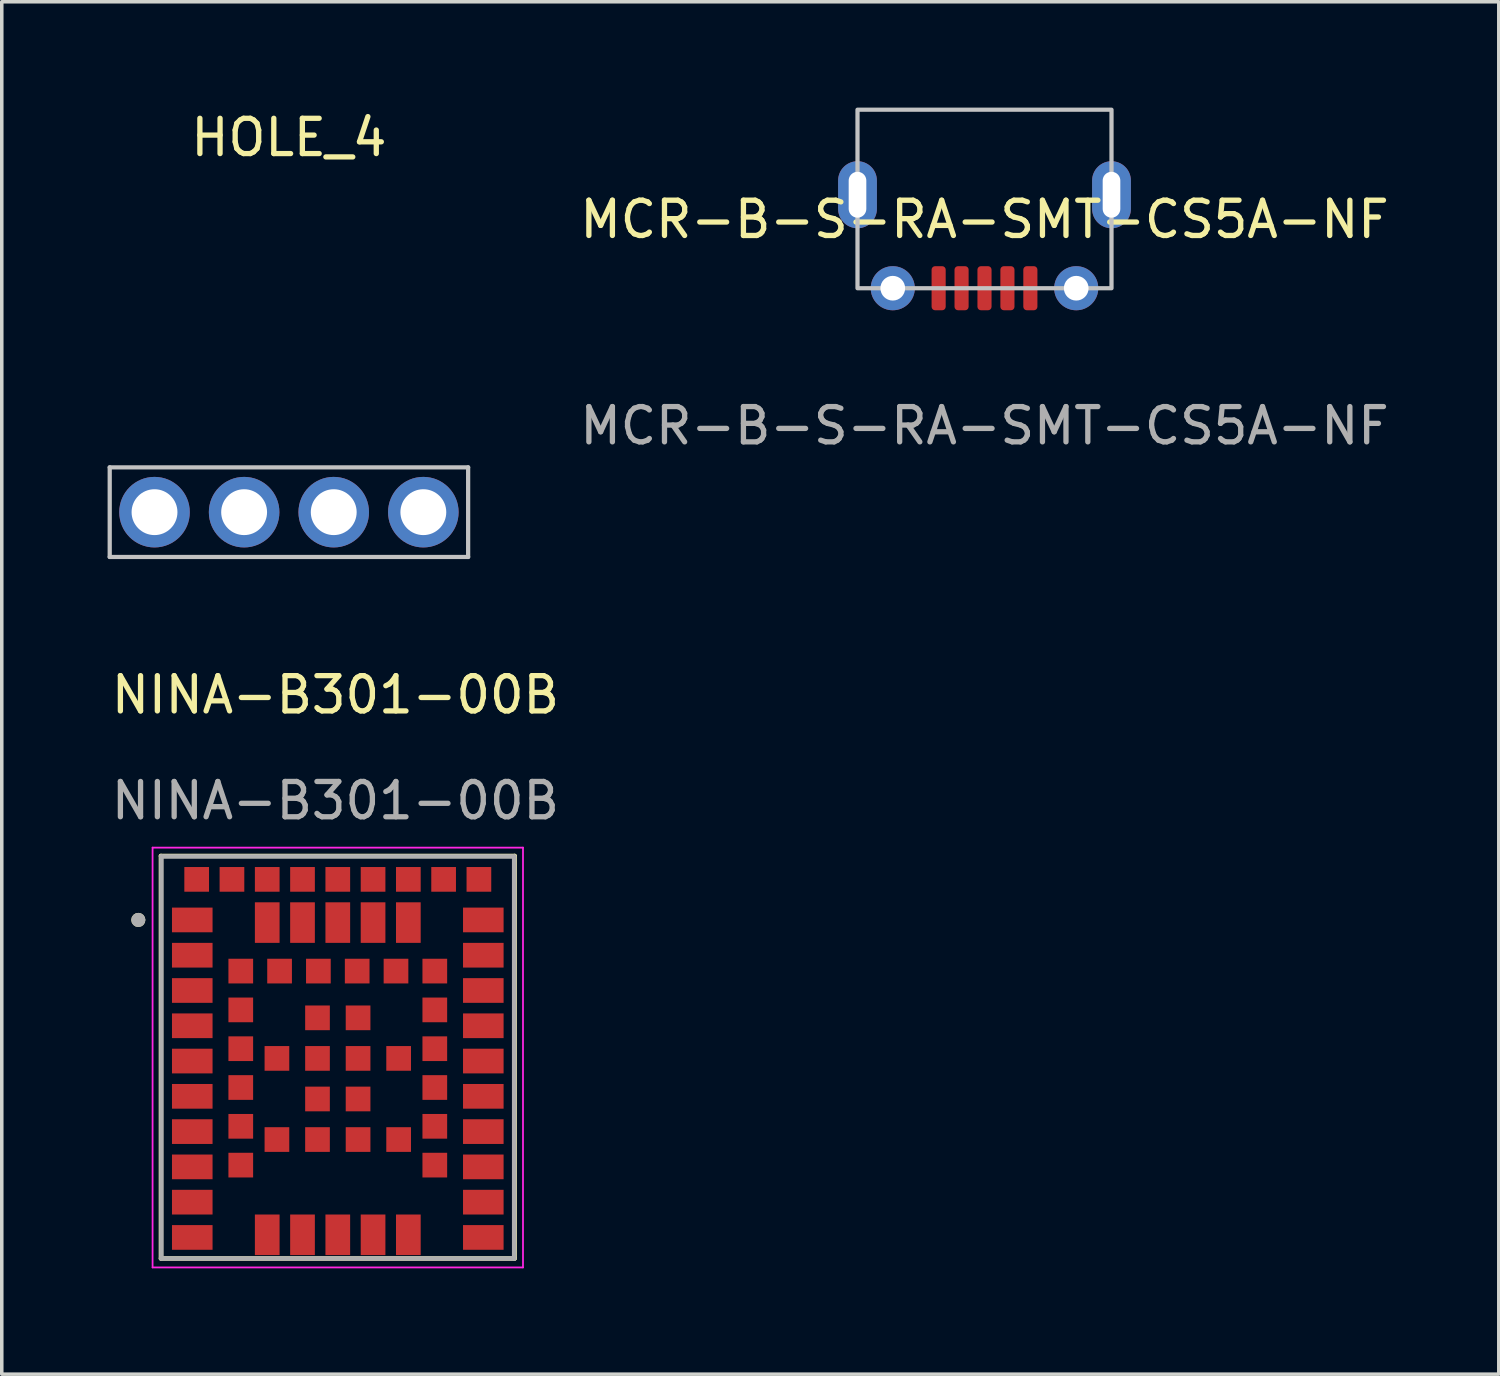
<source format=kicad_pcb>
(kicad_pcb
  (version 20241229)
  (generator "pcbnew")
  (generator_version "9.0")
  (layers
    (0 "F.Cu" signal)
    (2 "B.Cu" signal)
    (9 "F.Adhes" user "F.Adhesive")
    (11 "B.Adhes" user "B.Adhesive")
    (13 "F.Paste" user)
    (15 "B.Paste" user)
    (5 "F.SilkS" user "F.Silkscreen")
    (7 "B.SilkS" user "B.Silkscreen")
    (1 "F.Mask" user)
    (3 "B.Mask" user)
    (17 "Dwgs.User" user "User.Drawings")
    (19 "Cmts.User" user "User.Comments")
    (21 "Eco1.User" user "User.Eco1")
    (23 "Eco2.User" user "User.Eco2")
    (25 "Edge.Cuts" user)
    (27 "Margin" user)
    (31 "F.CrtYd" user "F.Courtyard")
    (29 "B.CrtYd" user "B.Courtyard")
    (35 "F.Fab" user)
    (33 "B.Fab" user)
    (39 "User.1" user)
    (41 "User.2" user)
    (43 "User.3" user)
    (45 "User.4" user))
  (footprint "HOLE_4"
    (layer "F.Cu")
    (at 5.14 11.468)
    (property "Reference" "HOLE_4" (at 0 -10.62 0) (unlocked yes) (layer "F.SilkS") (effects (font (size 1 1) (thickness 0.15))))
    (attr smd)
    (fp_line (start -5.08 -1.27) (end 5.08 -1.27) (stroke (width 0.12) (type default)) (layer "Dwgs.User"))
    (fp_line (start -5.08 1.27) (end -5.08 -1.27) (stroke (width 0.12) (type default)) (layer "Dwgs.User"))
    (fp_line (start 5.08 -1.27) (end 5.08 1.27) (stroke (width 0.12) (type default)) (layer "Dwgs.User"))
    (fp_line (start 5.08 1.27) (end -5.08 1.27) (stroke (width 0.12) (type default)) (layer "Dwgs.User"))
    (pad "1" thru_hole circle (at -3.81 0) (size 2 2) (drill 1.3) (layers "*.Cu" "*.Mask"))
    (pad "1" thru_hole circle (at -1.27 0) (size 2 2) (drill 1.3) (layers "*.Cu" "*.Mask"))
    (pad "1" thru_hole circle (at 1.27 0) (size 2 2) (drill 1.3) (layers "*.Cu" "*.Mask"))
    (pad "1" thru_hole circle (at 3.81 0) (size 2 2) (drill 1.3) (layers "*.Cu" "*.Mask")))
  (footprint "MCR-B-S-RA-SMT-CS5A-NF"
    (layer "F.Cu")
    (at 24.857 5.12)
    (property "Reference" "MCR-B-S-RA-SMT-CS5A-NF" (at 0 -1.95 0) (unlocked yes) (layer "F.SilkS") (effects (font (size 1 1) (thickness 0.15))))
    (attr smd)
    (fp_rect (start -3.6 -5.06) (end 3.6 0) (stroke (width 0.12) (type default)) (fill no) (layer "Dwgs.User"))
    (fp_text user "${REFERENCE}" (at 0 3.9 0) (unlocked yes) (layer "F.Fab") (effects (font (size 1 1) (thickness 0.15))))
    (pad "1" smd roundrect (at 1.3 0) (size 0.4 1.25) (layers "F.Cu" "F.Mask" "F.Paste") (roundrect_rratio 0.25))
    (pad "2" smd roundrect (at 0.65 0) (size 0.4 1.25) (layers "F.Cu" "F.Mask" "F.Paste") (roundrect_rratio 0.25))
    (pad "3" smd roundrect (at 0 0) (size 0.4 1.25) (layers "F.Cu" "F.Mask" "F.Paste") (roundrect_rratio 0.25))
    (pad "4" smd roundrect (at -0.65 0) (size 0.4 1.25) (layers "F.Cu" "F.Mask" "F.Paste") (roundrect_rratio 0.25))
    (pad "5" smd roundrect (at -1.3 0) (size 0.4 1.25) (layers "F.Cu" "F.Mask" "F.Paste") (roundrect_rratio 0.25))
    (pad "6" thru_hole oval (at -3.6 -2.65) (size 1.1 1.9) (drill oval 0.5 1.3) (layers "*.Cu" "*.Mask"))
    (pad "6" thru_hole circle (at -2.6 0) (size 1.25 1.25) (drill 0.7) (layers "*.Cu" "*.Mask"))
    (pad "6" thru_hole circle (at 2.6 0) (size 1.25 1.25) (drill 0.7) (layers "*.Cu" "*.Mask"))
    (pad "6" thru_hole oval (at 3.6 -2.65) (size 1.1 1.9) (drill oval 0.5 1.3) (layers "*.Cu" "*.Mask")))
  (footprint "NINA-B301-00B"
    (layer "F.Cu")
    (at 6.525 27.528)
    (property "Reference" "NINA-B301-00B" (at -0.067 -10.881 0) (unlocked yes) (layer "F.SilkS") (effects (font (size 1 1) (thickness 0.15))))
    (attr smd)
    (fp_line (start -5.013 -6.314) (end 5.013 -6.314) (stroke (width 0.127) (type solid)) (layer "F.SilkS"))
    (fp_line (start -5.013 5.095) (end -5.013 -6.314) (stroke (width 0.127) (type solid)) (layer "F.SilkS"))
    (fp_line (start 5.013 -6.314) (end 5.013 5.095) (stroke (width 0.127) (type solid)) (layer "F.SilkS"))
    (fp_line (start 5.013 5.095) (end -5.013 5.095) (stroke (width 0.127) (type solid)) (layer "F.SilkS"))
    (fp_circle (center -5.654 -4.501) (end -5.554 -4.501) (stroke (width 0.2) (type solid)) (fill no) (layer "F.SilkS"))
    (fp_line (start -5.25 -6.551) (end 5.25 -6.551) (stroke (width 0.05) (type solid)) (layer "F.CrtYd"))
    (fp_line (start -5.25 5.349) (end -5.25 -6.551) (stroke (width 0.05) (type solid)) (layer "F.CrtYd"))
    (fp_line (start 5.25 -6.551) (end 5.25 5.349) (stroke (width 0.05) (type solid)) (layer "F.CrtYd"))
    (fp_line (start 5.25 5.349) (end -5.25 5.349) (stroke (width 0.05) (type solid)) (layer "F.CrtYd"))
    (fp_line (start -5 -6.301) (end 5 -6.301) (stroke (width 0.127) (type solid)) (layer "F.Fab"))
    (fp_line (start -5 5.095) (end -5 -6.301) (stroke (width 0.127) (type solid)) (layer "F.Fab"))
    (fp_line (start 5 -6.301) (end 5 5.095) (stroke (width 0.127) (type solid)) (layer "F.Fab"))
    (fp_line (start 5 5.095) (end -5 5.095) (stroke (width 0.127) (type solid)) (layer "F.Fab"))
    (fp_circle (center -5.654 -4.501) (end -5.554 -4.501) (stroke (width 0.2) (type solid)) (fill no) (layer "F.Fab"))
    (fp_text user "${REFERENCE}" (at -0.067 -7.881 0) (unlocked yes) (layer "F.Fab") (effects (font (size 1 1) (thickness 0.15))))
    (pad "1" smd rect (at -4.125 -4.501) (size 1.15 0.7) (layers "F.Cu" "F.Mask" "F.Paste"))
    (pad "2" smd rect (at -4.125 -3.501) (size 1.15 0.7) (layers "F.Cu" "F.Mask" "F.Paste"))
    (pad "3" smd rect (at -4.125 -2.501) (size 1.15 0.7) (layers "F.Cu" "F.Mask" "F.Paste"))
    (pad "4" smd rect (at -4.125 -1.501) (size 1.15 0.7) (layers "F.Cu" "F.Mask" "F.Paste"))
    (pad "5" smd rect (at -4.125 -0.501) (size 1.15 0.7) (layers "F.Cu" "F.Mask" "F.Paste"))
    (pad "6" smd rect (at -4.125 0.499) (size 1.15 0.7) (layers "F.Cu" "F.Mask" "F.Paste"))
    (pad "7" smd rect (at -4.125 1.499) (size 1.15 0.7) (layers "F.Cu" "F.Mask" "F.Paste"))
    (pad "8" smd rect (at -4.125 2.499) (size 1.15 0.7) (layers "F.Cu" "F.Mask" "F.Paste"))
    (pad "9" smd rect (at -4.125 3.499) (size 1.15 0.7) (layers "F.Cu" "F.Mask" "F.Paste"))
    (pad "10" smd rect (at -4.125 4.499) (size 1.15 0.7) (layers "F.Cu" "F.Mask" "F.Paste"))
    (pad "11" smd rect (at -2 4.424 90) (size 1.15 0.7) (layers "F.Cu" "F.Mask" "F.Paste"))
    (pad "12" smd rect (at -1 4.424 90) (size 1.15 0.7) (layers "F.Cu" "F.Mask" "F.Paste"))
    (pad "13" smd rect (at 0 4.424 90) (size 1.15 0.7) (layers "F.Cu" "F.Mask" "F.Paste"))
    (pad "14" smd rect (at 1 4.424 90) (size 1.15 0.7) (layers "F.Cu" "F.Mask" "F.Paste"))
    (pad "15" smd rect (at 2 4.424 90) (size 1.15 0.7) (layers "F.Cu" "F.Mask" "F.Paste"))
    (pad "16" smd rect (at 4.125 4.499) (size 1.15 0.7) (layers "F.Cu" "F.Mask" "F.Paste"))
    (pad "17" smd rect (at 4.125 3.499) (size 1.15 0.7) (layers "F.Cu" "F.Mask" "F.Paste"))
    (pad "18" smd rect (at 4.125 2.499) (size 1.15 0.7) (layers "F.Cu" "F.Mask" "F.Paste"))
    (pad "19" smd rect (at 4.125 1.499) (size 1.15 0.7) (layers "F.Cu" "F.Mask" "F.Paste"))
    (pad "20" smd rect (at 4.125 0.499) (size 1.15 0.7) (layers "F.Cu" "F.Mask" "F.Paste"))
    (pad "21" smd rect (at 4.125 -0.501) (size 1.15 0.7) (layers "F.Cu" "F.Mask" "F.Paste"))
    (pad "22" smd rect (at 4.125 -1.501) (size 1.15 0.7) (layers "F.Cu" "F.Mask" "F.Paste"))
    (pad "23" smd rect (at 4.125 -2.501) (size 1.15 0.7) (layers "F.Cu" "F.Mask" "F.Paste"))
    (pad "24" smd rect (at 4.125 -3.501) (size 1.15 0.7) (layers "F.Cu" "F.Mask" "F.Paste"))
    (pad "25" smd rect (at 4.125 -4.501) (size 1.15 0.7) (layers "F.Cu" "F.Mask" "F.Paste"))
    (pad "26" smd rect (at 2 -4.426) (size 0.7 1.15) (layers "F.Cu" "F.Mask" "F.Paste"))
    (pad "27" smd rect (at 1 -4.426) (size 0.7 1.15) (layers "F.Cu" "F.Mask" "F.Paste"))
    (pad "28" smd rect (at 0 -4.426) (size 0.7 1.15) (layers "F.Cu" "F.Mask" "F.Paste"))
    (pad "29" smd rect (at -1 -4.426) (size 0.7 1.15) (layers "F.Cu" "F.Mask" "F.Paste"))
    (pad "30" smd rect (at -2 -4.426) (size 0.7 1.15) (layers "F.Cu" "F.Mask" "F.Paste"))
    (pad "31" smd rect (at -2.75 -3.051) (size 0.7 0.7) (layers "F.Cu" "F.Mask" "F.Paste"))
    (pad "32" smd rect (at -2.75 -1.951) (size 0.7 0.7) (layers "F.Cu" "F.Mask" "F.Paste"))
    (pad "33" smd rect (at -2.75 -0.851) (size 0.7 0.7) (layers "F.Cu" "F.Mask" "F.Paste"))
    (pad "34" smd rect (at -2.75 0.249) (size 0.7 0.7) (layers "F.Cu" "F.Mask" "F.Paste"))
    (pad "35" smd rect (at -2.75 1.349) (size 0.7 0.7) (layers "F.Cu" "F.Mask" "F.Paste"))
    (pad "36" smd rect (at -2.75 2.449) (size 0.7 0.7) (layers "F.Cu" "F.Mask" "F.Paste"))
    (pad "37" smd rect (at 2.75 2.449) (size 0.7 0.7) (layers "F.Cu" "F.Mask" "F.Paste"))
    (pad "38" smd rect (at 2.75 1.349) (size 0.7 0.7) (layers "F.Cu" "F.Mask" "F.Paste"))
    (pad "39" smd rect (at 2.75 0.249) (size 0.7 0.7) (layers "F.Cu" "F.Mask" "F.Paste"))
    (pad "40" smd rect (at 2.75 -0.851) (size 0.7 0.7) (layers "F.Cu" "F.Mask" "F.Paste"))
    (pad "41" smd rect (at 2.75 -1.951) (size 0.7 0.7) (layers "F.Cu" "F.Mask" "F.Paste"))
    (pad "42" smd rect (at 2.75 -3.051) (size 0.7 0.7) (layers "F.Cu" "F.Mask" "F.Paste"))
    (pad "43" smd rect (at 1.65 -3.051) (size 0.7 0.7) (layers "F.Cu" "F.Mask" "F.Paste"))
    (pad "44" smd rect (at 0.55 -3.051) (size 0.7 0.7) (layers "F.Cu" "F.Mask" "F.Paste"))
    (pad "45" smd rect (at -0.55 -3.051) (size 0.7 0.7) (layers "F.Cu" "F.Mask" "F.Paste"))
    (pad "46" smd rect (at -1.65 -3.051) (size 0.7 0.7) (layers "F.Cu" "F.Mask" "F.Paste"))
    (pad "47" smd rect (at 4 -5.651) (size 0.7 0.7) (layers "F.Cu" "F.Mask" "F.Paste"))
    (pad "48" smd rect (at 3 -5.651) (size 0.7 0.7) (layers "F.Cu" "F.Mask" "F.Paste"))
    (pad "49" smd rect (at 2 -5.651) (size 0.7 0.7) (layers "F.Cu" "F.Mask" "F.Paste"))
    (pad "50" smd rect (at 1 -5.651) (size 0.7 0.7) (layers "F.Cu" "F.Mask" "F.Paste"))
    (pad "51" smd rect (at 0 -5.651) (size 0.7 0.7) (layers "F.Cu" "F.Mask" "F.Paste"))
    (pad "52" smd rect (at -1 -5.651) (size 0.7 0.7) (layers "F.Cu" "F.Mask" "F.Paste"))
    (pad "53" smd rect (at -2 -5.651) (size 0.7 0.7) (layers "F.Cu" "F.Mask" "F.Paste"))
    (pad "54" smd rect (at -3 -5.651) (size 0.7 0.7) (layers "F.Cu" "F.Mask" "F.Paste"))
    (pad "55" smd rect (at -4 -5.651) (size 0.7 0.7) (layers "F.Cu" "F.Mask" "F.Paste"))
    (pad "EGP1" smd rect (at -0.575 -1.726) (size 0.7 0.7) (layers "F.Cu" "F.Mask" "F.Paste"))
    (pad "EGP2" smd rect (at 0.575 -1.726) (size 0.7 0.7) (layers "F.Cu" "F.Mask" "F.Paste"))
    (pad "EGP3" smd rect (at -1.725 -0.576) (size 0.7 0.7) (layers "F.Cu" "F.Mask" "F.Paste"))
    (pad "EGP4" smd rect (at -0.575 -0.576) (size 0.7 0.7) (layers "F.Cu" "F.Mask" "F.Paste"))
    (pad "EGP5" smd rect (at 0.575 -0.576) (size 0.7 0.7) (layers "F.Cu" "F.Mask" "F.Paste"))
    (pad "EGP6" smd rect (at 1.725 -0.576) (size 0.7 0.7) (layers "F.Cu" "F.Mask" "F.Paste"))
    (pad "EGP7" smd rect (at -0.575 0.574) (size 0.7 0.7) (layers "F.Cu" "F.Mask" "F.Paste"))
    (pad "EGP8" smd rect (at 0.575 0.574) (size 0.7 0.7) (layers "F.Cu" "F.Mask" "F.Paste"))
    (pad "EGP9" smd rect (at -1.725 1.724) (size 0.7 0.7) (layers "F.Cu" "F.Mask" "F.Paste"))
    (pad "EGP10" smd rect (at -0.575 1.724) (size 0.7 0.7) (layers "F.Cu" "F.Mask" "F.Paste"))
    (pad "EGP11" smd rect (at 0.575 1.724) (size 0.7 0.7) (layers "F.Cu" "F.Mask" "F.Paste"))
    (pad "EGP12" smd rect (at 1.725 1.724) (size 0.7 0.7) (layers "F.Cu" "F.Mask" "F.Paste")))
  (gr_rect
    (start -3 -3)
    (end 39.435 35.902)
    (stroke (width 0.1) (type default))
    (fill no)
    (layer "Edge.Cuts")))
</source>
